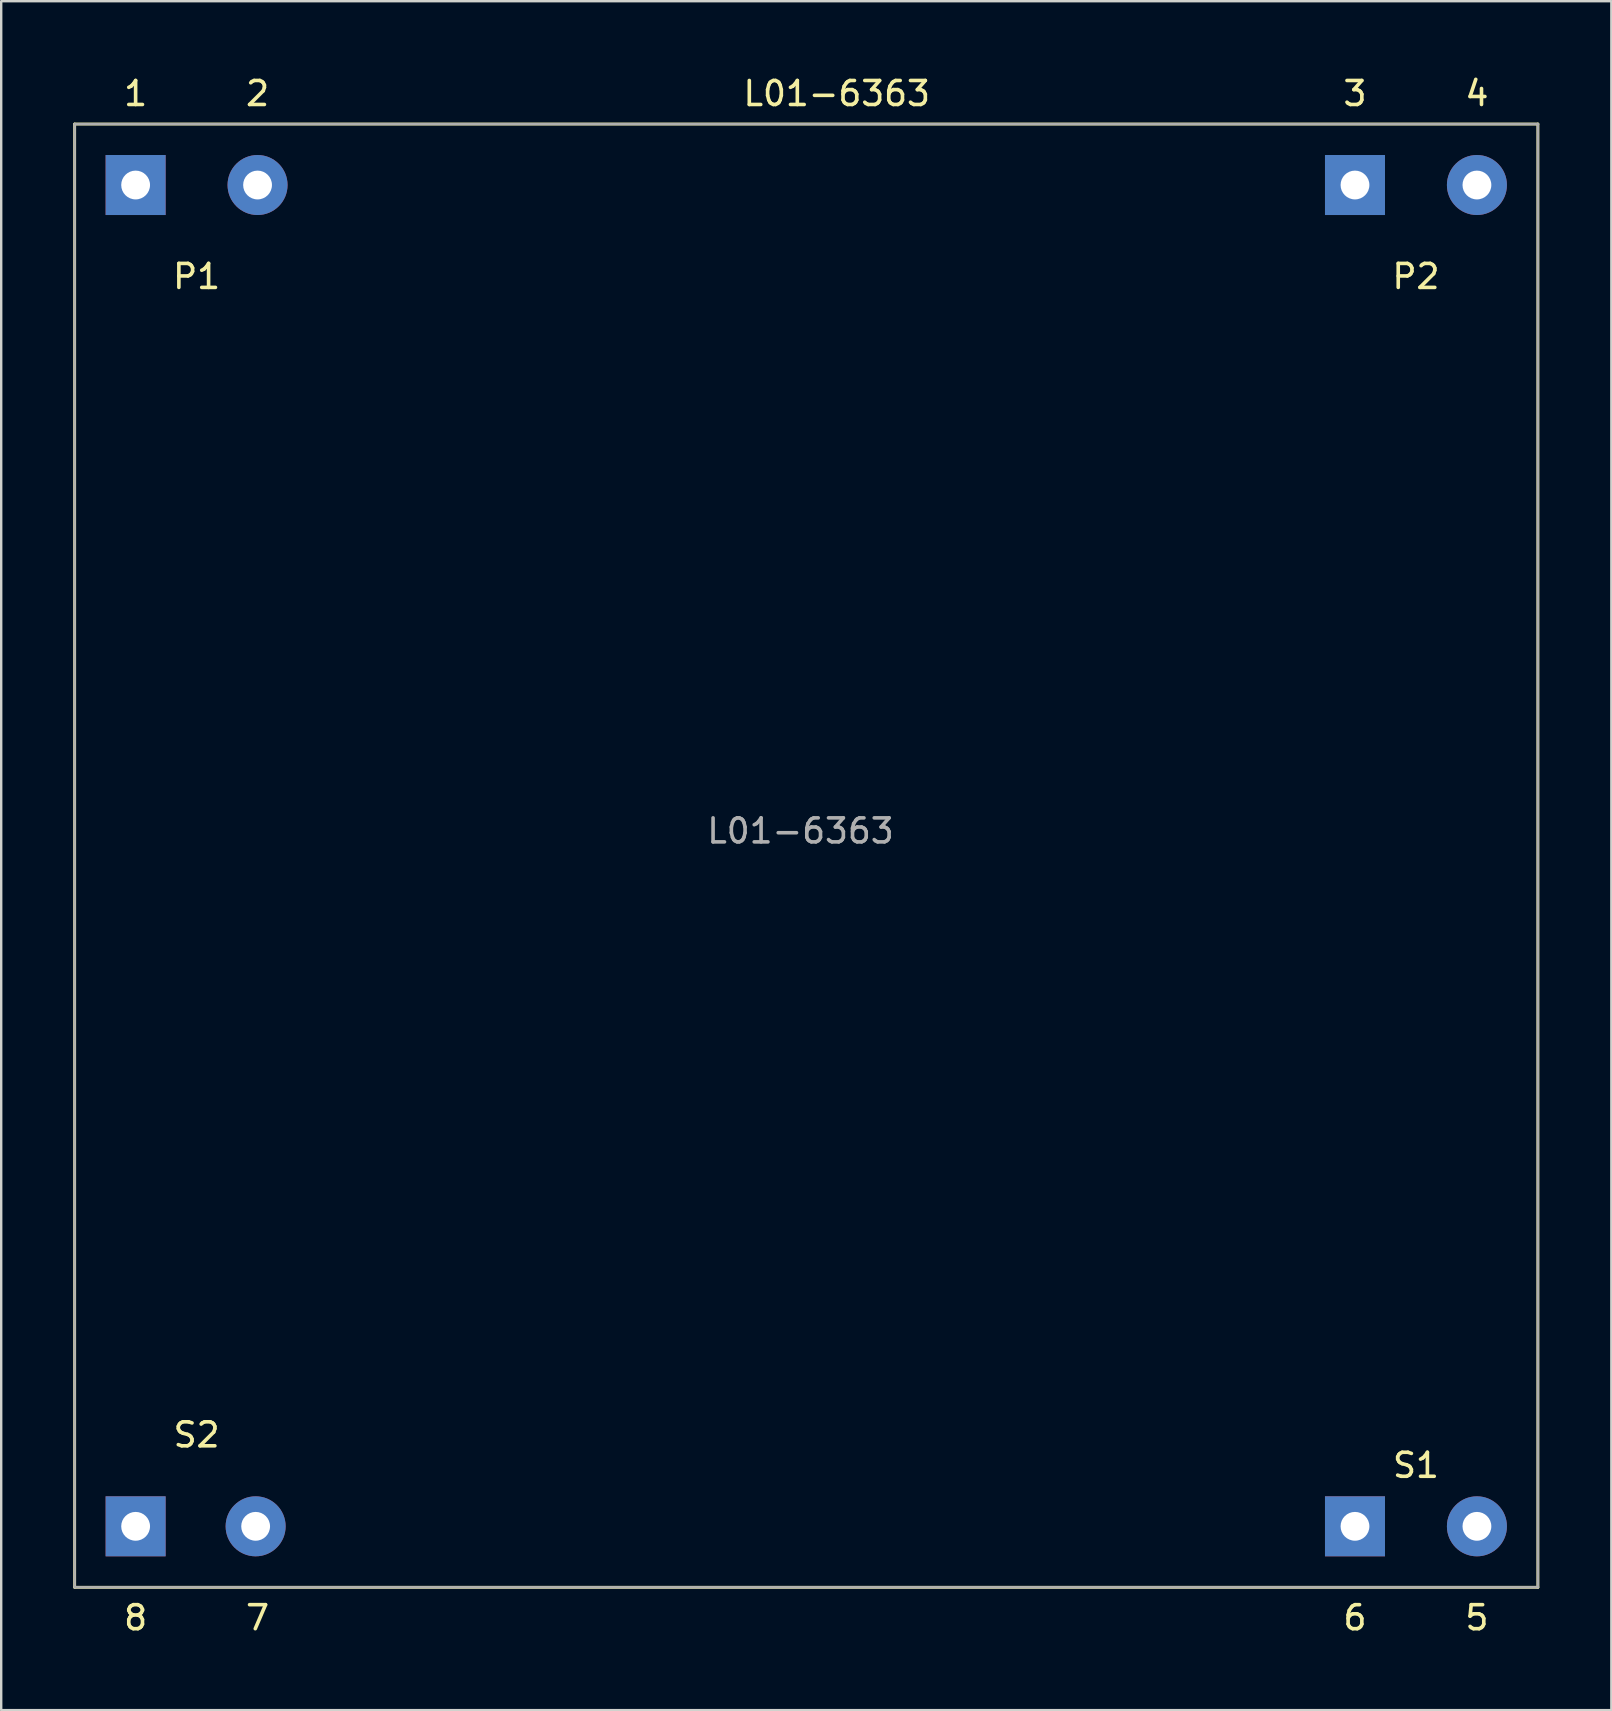
<source format=kicad_pcb>
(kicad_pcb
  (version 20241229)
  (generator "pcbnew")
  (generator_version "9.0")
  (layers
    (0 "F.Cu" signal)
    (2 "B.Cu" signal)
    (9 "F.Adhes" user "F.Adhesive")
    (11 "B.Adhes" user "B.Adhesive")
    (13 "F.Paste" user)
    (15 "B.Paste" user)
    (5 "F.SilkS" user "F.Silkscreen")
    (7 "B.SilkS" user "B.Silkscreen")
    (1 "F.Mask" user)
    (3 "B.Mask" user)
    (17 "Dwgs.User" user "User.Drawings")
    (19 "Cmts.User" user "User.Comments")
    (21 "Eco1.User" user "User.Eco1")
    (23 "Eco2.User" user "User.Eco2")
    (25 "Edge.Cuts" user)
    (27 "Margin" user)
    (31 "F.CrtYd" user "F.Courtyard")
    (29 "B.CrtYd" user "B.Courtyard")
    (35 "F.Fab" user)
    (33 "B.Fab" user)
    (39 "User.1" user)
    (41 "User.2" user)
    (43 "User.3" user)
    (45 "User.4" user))
  (footprint "L01-6363"
    (layer "F.Cu")
    (at 2.6 60.538)
    (property "Reference" "L01-6363" (at 29.21 -59.69 0) (layer "F.SilkS") (effects (font (size 1 1) (thickness 0.15))))
    (attr through_hole)
    (fp_line (start -2.54 -58.42) (end -2.54 2.54) (stroke (width 0.12) (type solid)) (layer "F.SilkS"))
    (fp_line (start -2.54 2.54) (end 58.42 2.54) (stroke (width 0.12) (type solid)) (layer "F.SilkS"))
    (fp_line (start 58.42 -58.42) (end -2.54 -58.42) (stroke (width 0.12) (type solid)) (layer "F.SilkS"))
    (fp_line (start 58.42 2.54) (end 58.42 -58.42) (stroke (width 0.12) (type solid)) (layer "F.SilkS"))
    (fp_line (start -2.54 -58.42) (end -2.54 2.54) (stroke (width 0.1) (type solid)) (layer "F.Fab"))
    (fp_line (start -2.54 2.54) (end 58.42 2.54) (stroke (width 0.1) (type solid)) (layer "F.Fab"))
    (fp_line (start 58.42 -58.42) (end -2.54 -58.42) (stroke (width 0.1) (type solid)) (layer "F.Fab"))
    (fp_line (start 58.42 2.54) (end 58.42 -58.42) (stroke (width 0.1) (type solid)) (layer "F.Fab"))
    (fp_text user "8" (at 0 3.81 0) (layer "F.SilkS") (effects (font (size 1 1) (thickness 0.15))))
    (fp_text user "5" (at 55.88 3.81 0) (layer "F.SilkS") (effects (font (size 1 1) (thickness 0.15))))
    (fp_text user "1" (at 0 -59.69 0) (layer "F.SilkS") (effects (font (size 1 1) (thickness 0.15))))
    (fp_text user "3" (at 50.8 -59.69 0) (layer "F.SilkS") (effects (font (size 1 1) (thickness 0.15))))
    (fp_text user "P2" (at 53.34 -52.07 0) (layer "F.SilkS") (effects (font (size 1 1) (thickness 0.15))))
    (fp_text user "P1" (at 2.54 -52.07 0) (layer "F.SilkS") (effects (font (size 1 1) (thickness 0.15))))
    (fp_text user "S1" (at 53.34 -2.54 0) (layer "F.SilkS") (effects (font (size 1 1) (thickness 0.15))))
    (fp_text user "2" (at 5.08 -59.69 0) (layer "F.SilkS") (effects (font (size 1 1) (thickness 0.15))))
    (fp_text user "6" (at 50.8 3.81 0) (layer "F.SilkS") (effects (font (size 1 1) (thickness 0.15))))
    (fp_text user "S2" (at 2.54 -3.81 0) (layer "F.SilkS") (effects (font (size 1 1) (thickness 0.15))))
    (fp_text user "4" (at 55.88 -59.69 0) (layer "F.SilkS") (effects (font (size 1 1) (thickness 0.15))))
    (fp_text user "7" (at 5.08 3.81 0) (layer "F.SilkS") (effects (font (size 1 1) (thickness 0.15))))
    (fp_text user "${REFERENCE}" (at 27.7 -28.97 0) (layer "F.Fab") (effects (font (size 1 1) (thickness 0.15))))
    (pad "1" thru_hole rect (at 0 -55.88) (size 2.5 2.5) (drill 1.2) (layers "*.Cu" "*.Mask"))
    (pad "2" thru_hole circle (at 5.08 -55.88) (size 2.5 2.5) (drill 1.2) (layers "*.Cu" "*.Mask"))
    (pad "3" thru_hole rect (at 50.8 -55.88) (size 2.5 2.5) (drill 1.2) (layers "*.Cu" "*.Mask"))
    (pad "4" thru_hole circle (at 55.88 -55.88) (size 2.5 2.5) (drill 1.2) (layers "*.Cu" "*.Mask"))
    (pad "5" thru_hole circle (at 55.88 0) (size 2.5 2.5) (drill 1.2) (layers "*.Cu" "*.Mask"))
    (pad "6" thru_hole rect (at 50.8 0) (size 2.5 2.5) (drill 1.2) (layers "*.Cu" "*.Mask"))
    (pad "7" thru_hole circle (at 5 0) (size 2.5 2.5) (drill 1.2) (layers "*.Cu" "*.Mask"))
    (pad "8" thru_hole rect (at 0 0) (size 2.5 2.5) (drill 1.2) (layers "*.Cu" "*.Mask")))
  (gr_rect
    (start -3 -3)
    (end 64.08 68.197)
    (stroke (width 0.1) (type default))
    (fill no)
    (layer "Edge.Cuts")))
</source>
